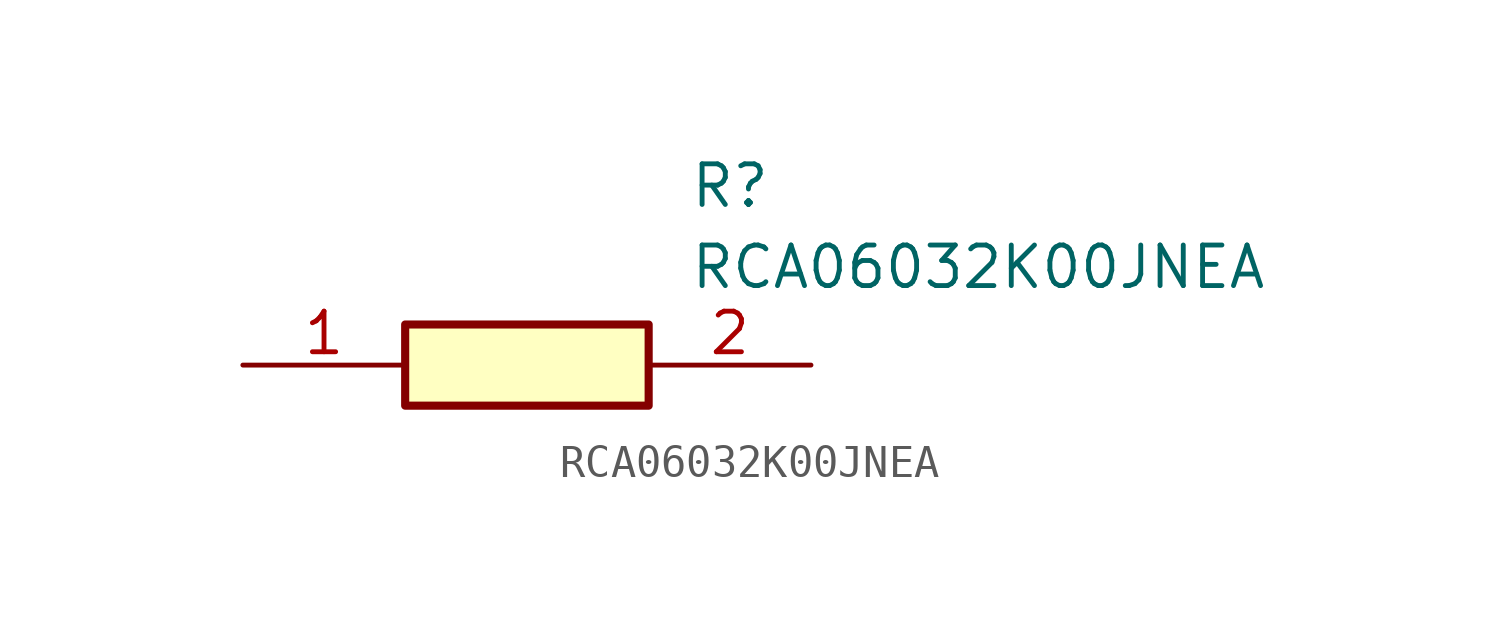
<source format=kicad_sym>
(kicad_symbol_lib
  (version 20211014)
  (generator SamacSys_ECAD_Model)
  (symbol "RCA06032K00JNEA"
    (pin_names hide)
    (property "Reference" "R"
      (at 13.97 6.35 0)
      (effects (font (size 1.27 1.27)) (justify left top)))
    (property "Value" "RCA06032K00JNEA"
      (at 13.97 3.81 0)
      (effects (font (size 1.27 1.27)) (justify left top)))
    (rectangle
      (start 5.08 1.27)
      (end 12.7 -1.27)
      (stroke (width 0.254) (type default))
      (fill (type background)))
    (pin passive line
      (at 0 0 0)
      (length 5.08)
      (name "1" (effects (font (size 1.27 1.27))))
      (number "1" (effects (font (size 1.27 1.27)))))
    (pin passive line
      (at 17.78 0 180)
      (length 5.08)
      (name "2" (effects (font (size 1.27 1.27))))
      (number "2" (effects (font (size 1.27 1.27)))))))
</source>
